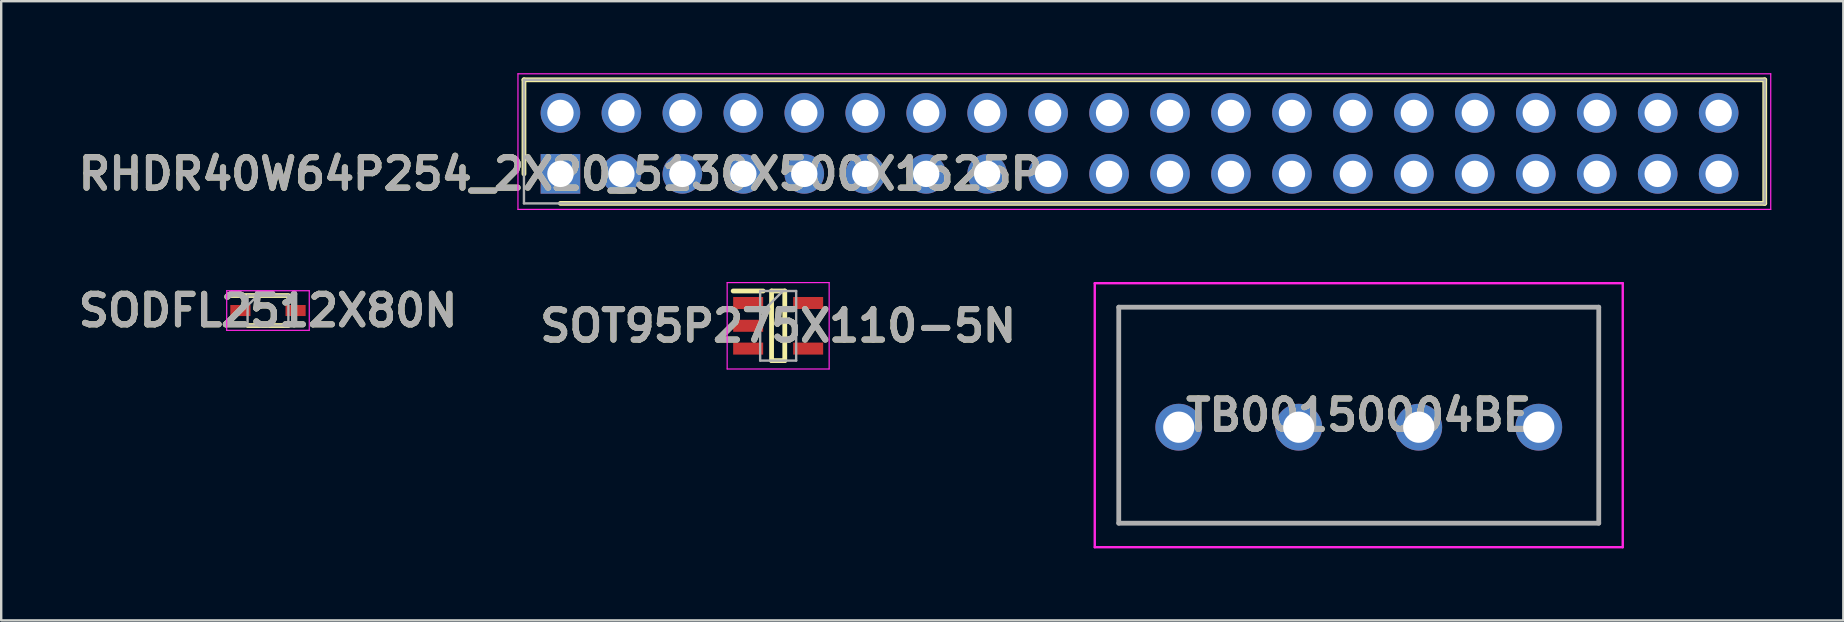
<source format=kicad_pcb>
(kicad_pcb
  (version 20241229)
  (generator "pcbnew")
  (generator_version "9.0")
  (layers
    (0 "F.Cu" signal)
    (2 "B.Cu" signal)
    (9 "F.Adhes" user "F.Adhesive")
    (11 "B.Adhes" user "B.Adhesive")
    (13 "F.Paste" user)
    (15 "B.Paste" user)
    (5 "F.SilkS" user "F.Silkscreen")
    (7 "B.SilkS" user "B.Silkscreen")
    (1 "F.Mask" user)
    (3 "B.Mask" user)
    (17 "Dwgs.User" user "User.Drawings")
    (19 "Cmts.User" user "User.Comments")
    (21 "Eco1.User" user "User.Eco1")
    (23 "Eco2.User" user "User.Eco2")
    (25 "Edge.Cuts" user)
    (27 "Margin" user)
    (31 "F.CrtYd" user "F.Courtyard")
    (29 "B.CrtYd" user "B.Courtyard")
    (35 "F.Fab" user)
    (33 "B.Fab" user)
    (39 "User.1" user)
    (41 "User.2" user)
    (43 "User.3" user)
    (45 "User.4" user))
  (footprint "SODFL2512X80N"
    (layer "F.Cu")
    (at 8.116 9.889)
    (property "Reference" "SODFL2512X80N" (at 0 0 0) (layer "F.SilkS") (effects (font (size 1.27 1.27) (thickness 0.254))))
    (attr smd)
    (fp_line (start -1.57 -0.625) (end 0.85 -0.625) (stroke (width 0.2) (type solid)) (layer "F.SilkS"))
    (fp_line (start -0.85 0.625) (end 0.85 0.625) (stroke (width 0.2) (type solid)) (layer "F.SilkS"))
    (fp_line (start -1.72 -0.825) (end 1.72 -0.825) (stroke (width 0.05) (type solid)) (layer "F.CrtYd"))
    (fp_line (start -1.72 0.825) (end -1.72 -0.825) (stroke (width 0.05) (type solid)) (layer "F.CrtYd"))
    (fp_line (start 1.72 -0.825) (end 1.72 0.825) (stroke (width 0.05) (type solid)) (layer "F.CrtYd"))
    (fp_line (start 1.72 0.825) (end -1.72 0.825) (stroke (width 0.05) (type solid)) (layer "F.CrtYd"))
    (fp_line (start -0.85 -0.625) (end 0.85 -0.625) (stroke (width 0.1) (type solid)) (layer "F.Fab"))
    (fp_line (start -0.85 -0.205) (end -0.43 -0.625) (stroke (width 0.1) (type solid)) (layer "F.Fab"))
    (fp_line (start -0.85 0.625) (end -0.85 -0.625) (stroke (width 0.1) (type solid)) (layer "F.Fab"))
    (fp_line (start 0.85 -0.625) (end 0.85 0.625) (stroke (width 0.1) (type solid)) (layer "F.Fab"))
    (fp_line (start 0.85 0.625) (end -0.85 0.625) (stroke (width 0.1) (type solid)) (layer "F.Fab"))
    (fp_text user "${REFERENCE}" (at 0 0 0) (layer "F.Fab") (effects (font (size 1.27 1.27) (thickness 0.254))))
    (pad "1" smd rect (at -1.15 0 90) (size 0.46 0.84) (layers "F.Cu" "F.Mask" "F.Paste"))
    (pad "2" smd rect (at 1.15 0 90) (size 0.46 0.84) (layers "F.Cu" "F.Mask" "F.Paste")))
  (footprint "TB00150004BE"
    (layer "F.Cu")
    (at 46.066 14.75)
    (property "Reference" "TB00150004BE" (at 7.5 -0.5 0) (layer "F.SilkS") (effects (font (size 1.27 1.27) (thickness 0.254))))
    (attr through_hole)
    (fp_line (start -2.5 -5) (end 17.5 -5) (stroke (width 0.1) (type solid)) (layer "F.SilkS"))
    (fp_line (start -2.5 4) (end -2.5 -5) (stroke (width 0.1) (type solid)) (layer "F.SilkS"))
    (fp_line (start 17.5 -5) (end 17.5 4) (stroke (width 0.1) (type solid)) (layer "F.SilkS"))
    (fp_line (start 17.5 4) (end -2.5 4) (stroke (width 0.1) (type solid)) (layer "F.SilkS"))
    (fp_line (start -3.5 -6) (end 18.5 -6) (stroke (width 0.1) (type solid)) (layer "F.CrtYd"))
    (fp_line (start -3.5 5) (end -3.5 -6) (stroke (width 0.1) (type solid)) (layer "F.CrtYd"))
    (fp_line (start 18.5 -6) (end 18.5 5) (stroke (width 0.1) (type solid)) (layer "F.CrtYd"))
    (fp_line (start 18.5 5) (end -3.5 5) (stroke (width 0.1) (type solid)) (layer "F.CrtYd"))
    (fp_line (start -2.5 -5) (end 17.5 -5) (stroke (width 0.2) (type solid)) (layer "F.Fab"))
    (fp_line (start -2.5 4) (end -2.5 -5) (stroke (width 0.2) (type solid)) (layer "F.Fab"))
    (fp_line (start 17.5 -5) (end 17.5 4) (stroke (width 0.2) (type solid)) (layer "F.Fab"))
    (fp_line (start 17.5 4) (end -2.5 4) (stroke (width 0.2) (type solid)) (layer "F.Fab"))
    (fp_text user "${REFERENCE}" (at 7.5 -0.5 0) (layer "F.Fab") (effects (font (size 1.27 1.27) (thickness 0.254))))
    (pad "1" thru_hole circle (at 0 0) (size 1.95 1.95) (drill 1.3) (layers "*.Cu" "*.Mask"))
    (pad "2" thru_hole circle (at 5 0) (size 1.95 1.95) (drill 1.3) (layers "*.Cu" "*.Mask"))
    (pad "3" thru_hole circle (at 10 0) (size 1.95 1.95) (drill 1.3) (layers "*.Cu" "*.Mask"))
    (pad "4" thru_hole circle (at 15 0) (size 1.95 1.95) (drill 1.3) (layers "*.Cu" "*.Mask")))
  (footprint "SOT95P275X110-5N"
    (layer "F.Cu")
    (at 29.374 10.525)
    (property "Reference" "SOT95P275X110-5N" (at 0 0 0) (layer "F.SilkS") (effects (font (size 1.27 1.27) (thickness 0.254))))
    (attr smd)
    (fp_line (start -1.875 -1.45) (end -0.625 -1.45) (stroke (width 0.2) (type solid)) (layer "F.SilkS"))
    (fp_line (start -0.275 -1.45) (end 0.275 -1.45) (stroke (width 0.2) (type solid)) (layer "F.SilkS"))
    (fp_line (start -0.275 1.45) (end -0.275 -1.45) (stroke (width 0.2) (type solid)) (layer "F.SilkS"))
    (fp_line (start 0.275 -1.45) (end 0.275 1.45) (stroke (width 0.2) (type solid)) (layer "F.SilkS"))
    (fp_line (start 0.275 1.45) (end -0.275 1.45) (stroke (width 0.2) (type solid)) (layer "F.SilkS"))
    (fp_line (start -2.125 -1.8) (end 2.125 -1.8) (stroke (width 0.05) (type solid)) (layer "F.CrtYd"))
    (fp_line (start -2.125 1.8) (end -2.125 -1.8) (stroke (width 0.05) (type solid)) (layer "F.CrtYd"))
    (fp_line (start 2.125 -1.8) (end 2.125 1.8) (stroke (width 0.05) (type solid)) (layer "F.CrtYd"))
    (fp_line (start 2.125 1.8) (end -2.125 1.8) (stroke (width 0.05) (type solid)) (layer "F.CrtYd"))
    (fp_line (start -0.75 -1.45) (end 0.75 -1.45) (stroke (width 0.1) (type solid)) (layer "F.Fab"))
    (fp_line (start -0.75 -0.5) (end 0.2 -1.45) (stroke (width 0.1) (type solid)) (layer "F.Fab"))
    (fp_line (start -0.75 1.45) (end -0.75 -1.45) (stroke (width 0.1) (type solid)) (layer "F.Fab"))
    (fp_line (start 0.75 -1.45) (end 0.75 1.45) (stroke (width 0.1) (type solid)) (layer "F.Fab"))
    (fp_line (start 0.75 1.45) (end -0.75 1.45) (stroke (width 0.1) (type solid)) (layer "F.Fab"))
    (fp_text user "${REFERENCE}" (at 0 0 0) (layer "F.Fab") (effects (font (size 1.27 1.27) (thickness 0.254))))
    (pad "1" smd rect (at -1.25 -0.95 90) (size 0.5 1.25) (layers "F.Cu" "F.Mask" "F.Paste"))
    (pad "2" smd rect (at -1.25 0 90) (size 0.5 1.25) (layers "F.Cu" "F.Mask" "F.Paste"))
    (pad "3" smd rect (at -1.25 0.95 90) (size 0.5 1.25) (layers "F.Cu" "F.Mask" "F.Paste"))
    (pad "4" smd rect (at 1.25 0.95 90) (size 0.5 1.25) (layers "F.Cu" "F.Mask" "F.Paste"))
    (pad "5" smd rect (at 1.25 -0.95 90) (size 0.5 1.25) (layers "F.Cu" "F.Mask" "F.Paste")))
  (footprint "RHDR40W64P254_2X20_5130X500X1625P"
    (layer "F.Cu")
    (at 20.302 4.195)
    (property "Reference" "RHDR40W64P254_2X20_5130X500X1625P" (at 0 0 0) (layer "F.SilkS") (effects (font (size 1.27 1.27) (thickness 0.254))))
    (attr through_hole)
    (fp_line (start -1.52 -3.92) (end -1.52 0) (stroke (width 0.2) (type solid)) (layer "F.SilkS"))
    (fp_line (start 0 1.23) (end 50.18 1.23) (stroke (width 0.2) (type solid)) (layer "F.SilkS"))
    (fp_line (start 50.18 -3.92) (end -1.52 -3.92) (stroke (width 0.2) (type solid)) (layer "F.SilkS"))
    (fp_line (start 50.18 1.23) (end 50.18 -3.92) (stroke (width 0.2) (type solid)) (layer "F.SilkS"))
    (fp_line (start -1.77 -4.17) (end 50.43 -4.17) (stroke (width 0.05) (type solid)) (layer "F.CrtYd"))
    (fp_line (start -1.77 1.48) (end -1.77 -4.17) (stroke (width 0.05) (type solid)) (layer "F.CrtYd"))
    (fp_line (start 50.43 -4.17) (end 50.43 1.48) (stroke (width 0.05) (type solid)) (layer "F.CrtYd"))
    (fp_line (start 50.43 1.48) (end -1.77 1.48) (stroke (width 0.05) (type solid)) (layer "F.CrtYd"))
    (fp_line (start -1.52 -3.92) (end 50.18 -3.92) (stroke (width 0.1) (type solid)) (layer "F.Fab"))
    (fp_line (start -1.52 1.23) (end -1.52 -3.92) (stroke (width 0.1) (type solid)) (layer "F.Fab"))
    (fp_line (start 50.18 -3.92) (end 50.18 1.23) (stroke (width 0.1) (type solid)) (layer "F.Fab"))
    (fp_line (start 50.18 1.23) (end -1.52 1.23) (stroke (width 0.1) (type solid)) (layer "F.Fab"))
    (fp_text user "${REFERENCE}" (at 0 0 0) (layer "F.Fab") (effects (font (size 1.27 1.27) (thickness 0.254))))
    (pad "1" thru_hole rect (at 0 0) (size 1.65 1.65) (drill 1.1) (layers "*.Cu" "*.Mask"))
    (pad "2" thru_hole circle (at 0 -2.54) (size 1.65 1.65) (drill 1.1) (layers "*.Cu" "*.Mask"))
    (pad "3" thru_hole circle (at 2.54 0) (size 1.65 1.65) (drill 1.1) (layers "*.Cu" "*.Mask"))
    (pad "4" thru_hole circle (at 2.54 -2.54) (size 1.65 1.65) (drill 1.1) (layers "*.Cu" "*.Mask"))
    (pad "5" thru_hole circle (at 5.08 0) (size 1.65 1.65) (drill 1.1) (layers "*.Cu" "*.Mask"))
    (pad "6" thru_hole circle (at 5.08 -2.54) (size 1.65 1.65) (drill 1.1) (layers "*.Cu" "*.Mask"))
    (pad "7" thru_hole circle (at 7.62 0) (size 1.65 1.65) (drill 1.1) (layers "*.Cu" "*.Mask"))
    (pad "8" thru_hole circle (at 7.62 -2.54) (size 1.65 1.65) (drill 1.1) (layers "*.Cu" "*.Mask"))
    (pad "9" thru_hole circle (at 10.16 0) (size 1.65 1.65) (drill 1.1) (layers "*.Cu" "*.Mask"))
    (pad "10" thru_hole circle (at 10.16 -2.54) (size 1.65 1.65) (drill 1.1) (layers "*.Cu" "*.Mask"))
    (pad "11" thru_hole circle (at 12.7 0) (size 1.65 1.65) (drill 1.1) (layers "*.Cu" "*.Mask"))
    (pad "12" thru_hole circle (at 12.7 -2.54) (size 1.65 1.65) (drill 1.1) (layers "*.Cu" "*.Mask"))
    (pad "13" thru_hole circle (at 15.24 0) (size 1.65 1.65) (drill 1.1) (layers "*.Cu" "*.Mask"))
    (pad "14" thru_hole circle (at 15.24 -2.54) (size 1.65 1.65) (drill 1.1) (layers "*.Cu" "*.Mask"))
    (pad "15" thru_hole circle (at 17.78 0) (size 1.65 1.65) (drill 1.1) (layers "*.Cu" "*.Mask"))
    (pad "16" thru_hole circle (at 17.78 -2.54) (size 1.65 1.65) (drill 1.1) (layers "*.Cu" "*.Mask"))
    (pad "17" thru_hole circle (at 20.32 0) (size 1.65 1.65) (drill 1.1) (layers "*.Cu" "*.Mask"))
    (pad "18" thru_hole circle (at 20.32 -2.54) (size 1.65 1.65) (drill 1.1) (layers "*.Cu" "*.Mask"))
    (pad "19" thru_hole circle (at 22.86 0) (size 1.65 1.65) (drill 1.1) (layers "*.Cu" "*.Mask"))
    (pad "20" thru_hole circle (at 22.86 -2.54) (size 1.65 1.65) (drill 1.1) (layers "*.Cu" "*.Mask"))
    (pad "21" thru_hole circle (at 25.4 0) (size 1.65 1.65) (drill 1.1) (layers "*.Cu" "*.Mask"))
    (pad "22" thru_hole circle (at 25.4 -2.54) (size 1.65 1.65) (drill 1.1) (layers "*.Cu" "*.Mask"))
    (pad "23" thru_hole circle (at 27.94 0) (size 1.65 1.65) (drill 1.1) (layers "*.Cu" "*.Mask"))
    (pad "24" thru_hole circle (at 27.94 -2.54) (size 1.65 1.65) (drill 1.1) (layers "*.Cu" "*.Mask"))
    (pad "25" thru_hole circle (at 30.48 0) (size 1.65 1.65) (drill 1.1) (layers "*.Cu" "*.Mask"))
    (pad "26" thru_hole circle (at 30.48 -2.54) (size 1.65 1.65) (drill 1.1) (layers "*.Cu" "*.Mask"))
    (pad "27" thru_hole circle (at 33.02 0) (size 1.65 1.65) (drill 1.1) (layers "*.Cu" "*.Mask"))
    (pad "28" thru_hole circle (at 33.02 -2.54) (size 1.65 1.65) (drill 1.1) (layers "*.Cu" "*.Mask"))
    (pad "29" thru_hole circle (at 35.56 0) (size 1.65 1.65) (drill 1.1) (layers "*.Cu" "*.Mask"))
    (pad "30" thru_hole circle (at 35.56 -2.54) (size 1.65 1.65) (drill 1.1) (layers "*.Cu" "*.Mask"))
    (pad "31" thru_hole circle (at 38.1 0) (size 1.65 1.65) (drill 1.1) (layers "*.Cu" "*.Mask"))
    (pad "32" thru_hole circle (at 38.1 -2.54) (size 1.65 1.65) (drill 1.1) (layers "*.Cu" "*.Mask"))
    (pad "33" thru_hole circle (at 40.64 0) (size 1.65 1.65) (drill 1.1) (layers "*.Cu" "*.Mask"))
    (pad "34" thru_hole circle (at 40.64 -2.54) (size 1.65 1.65) (drill 1.1) (layers "*.Cu" "*.Mask"))
    (pad "35" thru_hole circle (at 43.18 0) (size 1.65 1.65) (drill 1.1) (layers "*.Cu" "*.Mask"))
    (pad "36" thru_hole circle (at 43.18 -2.54) (size 1.65 1.65) (drill 1.1) (layers "*.Cu" "*.Mask"))
    (pad "37" thru_hole circle (at 45.72 0) (size 1.65 1.65) (drill 1.1) (layers "*.Cu" "*.Mask"))
    (pad "38" thru_hole circle (at 45.72 -2.54) (size 1.65 1.65) (drill 1.1) (layers "*.Cu" "*.Mask"))
    (pad "39" thru_hole circle (at 48.26 0) (size 1.65 1.65) (drill 1.1) (layers "*.Cu" "*.Mask"))
    (pad "40" thru_hole circle (at 48.26 -2.54) (size 1.65 1.65) (drill 1.1) (layers "*.Cu" "*.Mask")))
  (gr_rect
    (start -3 -3)
    (end 73.757 22.8)
    (stroke (width 0.1) (type default))
    (fill no)
    (layer "Edge.Cuts")))
</source>
